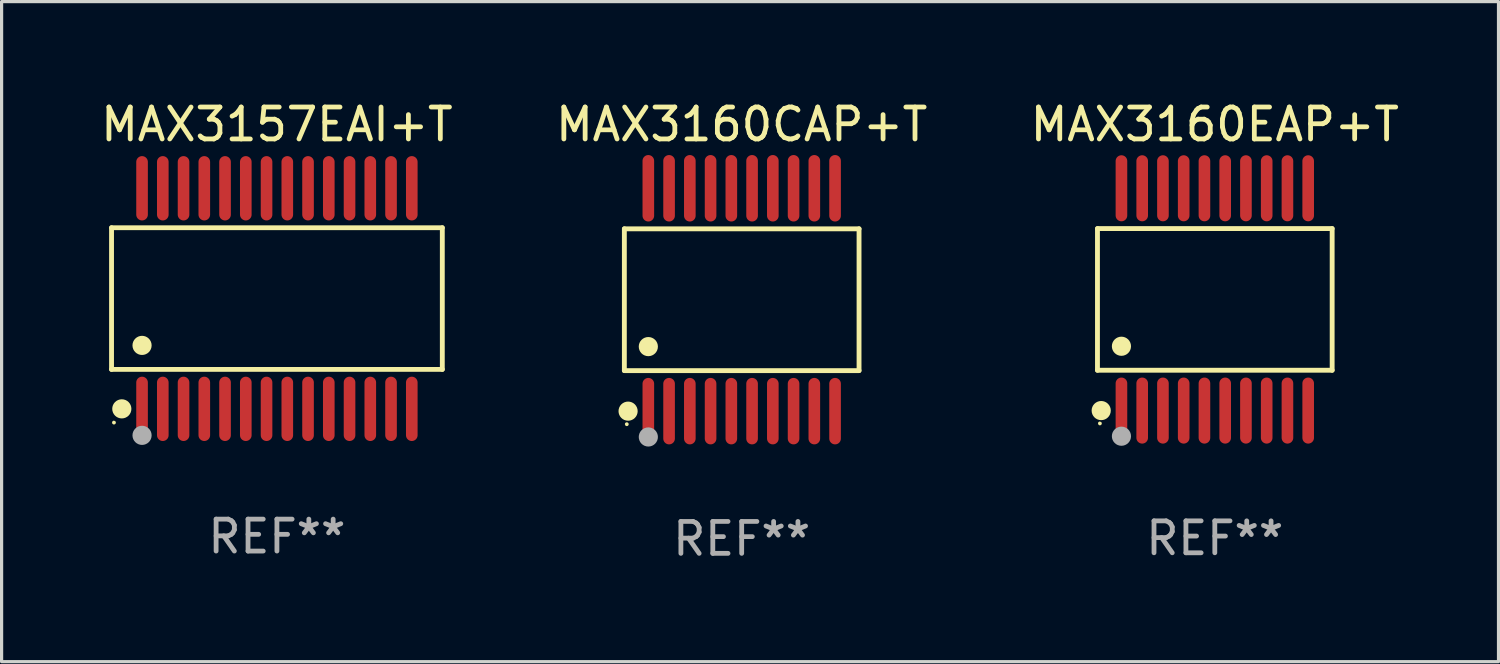
<source format=kicad_pcb>
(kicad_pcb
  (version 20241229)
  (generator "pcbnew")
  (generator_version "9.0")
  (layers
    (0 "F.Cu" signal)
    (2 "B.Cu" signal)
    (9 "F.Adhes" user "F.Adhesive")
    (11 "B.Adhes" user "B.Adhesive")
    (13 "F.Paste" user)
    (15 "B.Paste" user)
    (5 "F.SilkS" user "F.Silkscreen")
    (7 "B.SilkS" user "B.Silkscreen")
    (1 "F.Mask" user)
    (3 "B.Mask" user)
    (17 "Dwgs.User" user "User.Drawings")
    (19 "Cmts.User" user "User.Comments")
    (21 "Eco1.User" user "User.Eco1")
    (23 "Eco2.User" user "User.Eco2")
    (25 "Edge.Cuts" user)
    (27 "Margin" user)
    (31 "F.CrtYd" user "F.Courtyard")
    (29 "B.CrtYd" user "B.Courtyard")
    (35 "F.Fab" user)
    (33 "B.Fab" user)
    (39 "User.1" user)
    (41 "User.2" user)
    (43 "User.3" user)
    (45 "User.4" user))
  (footprint "MAX3160EAP+T"
    (layer "F.Cu")
    (at 35.006 6.33)
    (property "Reference" "MAX3160EAP+T" (at 0 -5.482 0) (layer "F.SilkS") (effects (font (size 1 1) (thickness 0.15))))
    (attr through_hole)
    (fp_line (start -3.676 -2.219) (end 3.676 -2.219) (stroke (width 0.152) (type solid)) (layer "F.SilkS"))
    (fp_line (start -3.676 2.219) (end -3.676 -2.219) (stroke (width 0.152) (type solid)) (layer "F.SilkS"))
    (fp_line (start 3.676 -2.219) (end 3.676 2.219) (stroke (width 0.152) (type solid)) (layer "F.SilkS"))
    (fp_line (start 3.676 2.219) (end -3.676 2.219) (stroke (width 0.152) (type solid)) (layer "F.SilkS"))
    (fp_circle (center -3.6 3.885) (end -3.57 3.885) (stroke (width 0.06) (type solid)) (fill no) (layer "F.SilkS"))
    (fp_circle (center -3.559 3.482) (end -3.409 3.482) (stroke (width 0.3) (type solid)) (fill no) (layer "F.SilkS"))
    (fp_circle (center -2.925 1.467) (end -2.775 1.467) (stroke (width 0.3) (type solid)) (fill no) (layer "F.SilkS"))
    (fp_circle (center -2.925 4.285) (end -2.775 4.285) (stroke (width 0.3) (type solid)) (fill no) (layer "F.Fab"))
    (fp_text user "REF**" (at 0 7.482 0) (layer "F.Fab") (effects (font (size 1 1) (thickness 0.15))))
    (pad "1" smd oval (at -2.925 3.482) (size 0.364 2.069) (layers "F.Cu" "F.Mask" "F.Paste"))
    (pad "2" smd oval (at -2.275 3.482) (size 0.364 2.069) (layers "F.Cu" "F.Mask" "F.Paste"))
    (pad "3" smd oval (at -1.625 3.482) (size 0.364 2.069) (layers "F.Cu" "F.Mask" "F.Paste"))
    (pad "4" smd oval (at -0.975 3.482) (size 0.364 2.069) (layers "F.Cu" "F.Mask" "F.Paste"))
    (pad "5" smd oval (at -0.325 3.482) (size 0.364 2.069) (layers "F.Cu" "F.Mask" "F.Paste"))
    (pad "6" smd oval (at 0.325 3.482) (size 0.364 2.069) (layers "F.Cu" "F.Mask" "F.Paste"))
    (pad "7" smd oval (at 0.975 3.482) (size 0.364 2.069) (layers "F.Cu" "F.Mask" "F.Paste"))
    (pad "8" smd oval (at 1.625 3.482) (size 0.364 2.069) (layers "F.Cu" "F.Mask" "F.Paste"))
    (pad "9" smd oval (at 2.275 3.482) (size 0.364 2.069) (layers "F.Cu" "F.Mask" "F.Paste"))
    (pad "10" smd oval (at 2.925 3.482) (size 0.364 2.069) (layers "F.Cu" "F.Mask" "F.Paste"))
    (pad "11" smd oval (at 2.925 -3.482) (size 0.364 2.069) (layers "F.Cu" "F.Mask" "F.Paste"))
    (pad "12" smd oval (at 2.275 -3.482) (size 0.364 2.069) (layers "F.Cu" "F.Mask" "F.Paste"))
    (pad "13" smd oval (at 1.625 -3.482) (size 0.364 2.069) (layers "F.Cu" "F.Mask" "F.Paste"))
    (pad "14" smd oval (at 0.975 -3.482) (size 0.364 2.069) (layers "F.Cu" "F.Mask" "F.Paste"))
    (pad "15" smd oval (at 0.325 -3.482) (size 0.364 2.069) (layers "F.Cu" "F.Mask" "F.Paste"))
    (pad "16" smd oval (at -0.325 -3.482) (size 0.364 2.069) (layers "F.Cu" "F.Mask" "F.Paste"))
    (pad "17" smd oval (at -0.975 -3.482) (size 0.364 2.069) (layers "F.Cu" "F.Mask" "F.Paste"))
    (pad "18" smd oval (at -1.625 -3.482) (size 0.364 2.069) (layers "F.Cu" "F.Mask" "F.Paste"))
    (pad "19" smd oval (at -2.275 -3.482) (size 0.364 2.069) (layers "F.Cu" "F.Mask" "F.Paste"))
    (pad "20" smd oval (at -2.925 -3.482) (size 0.364 2.069) (layers "F.Cu" "F.Mask" "F.Paste")))
  (footprint "MAX3157EAI+T"
    (layer "F.Cu")
    (at 5.625 6.303)
    (property "Reference" "MAX3157EAI+T" (at 0 -5.455 0) (layer "F.SilkS") (effects (font (size 1 1) (thickness 0.15))))
    (attr through_hole)
    (fp_line (start -5.181 -2.219) (end 5.181 -2.219) (stroke (width 0.152) (type solid)) (layer "F.SilkS"))
    (fp_line (start -5.181 2.219) (end -5.181 -2.219) (stroke (width 0.152) (type solid)) (layer "F.SilkS"))
    (fp_line (start 5.181 -2.219) (end 5.181 2.219) (stroke (width 0.152) (type solid)) (layer "F.SilkS"))
    (fp_line (start 5.181 2.219) (end -5.181 2.219) (stroke (width 0.152) (type solid)) (layer "F.SilkS"))
    (fp_circle (center -5.105 3.885) (end -5.075 3.885) (stroke (width 0.06) (type solid)) (fill no) (layer "F.SilkS"))
    (fp_circle (center -4.859 3.455) (end -4.709 3.455) (stroke (width 0.3) (type solid)) (fill no) (layer "F.SilkS"))
    (fp_circle (center -4.225 1.467) (end -4.075 1.467) (stroke (width 0.3) (type solid)) (fill no) (layer "F.SilkS"))
    (fp_circle (center -4.225 4.285) (end -4.075 4.285) (stroke (width 0.3) (type solid)) (fill no) (layer "F.Fab"))
    (fp_text user "REF**" (at 0 7.455 0) (layer "F.Fab") (effects (font (size 1 1) (thickness 0.15))))
    (pad "1" smd oval (at -4.225 3.455) (size 0.364 2.015) (layers "F.Cu" "F.Mask" "F.Paste"))
    (pad "2" smd oval (at -3.575 3.455) (size 0.364 2.015) (layers "F.Cu" "F.Mask" "F.Paste"))
    (pad "3" smd oval (at -2.925 3.455) (size 0.364 2.015) (layers "F.Cu" "F.Mask" "F.Paste"))
    (pad "4" smd oval (at -2.275 3.455) (size 0.364 2.015) (layers "F.Cu" "F.Mask" "F.Paste"))
    (pad "5" smd oval (at -1.625 3.455) (size 0.364 2.015) (layers "F.Cu" "F.Mask" "F.Paste"))
    (pad "6" smd oval (at -0.975 3.455) (size 0.364 2.015) (layers "F.Cu" "F.Mask" "F.Paste"))
    (pad "7" smd oval (at -0.325 3.455) (size 0.364 2.015) (layers "F.Cu" "F.Mask" "F.Paste"))
    (pad "8" smd oval (at 0.325 3.455) (size 0.364 2.015) (layers "F.Cu" "F.Mask" "F.Paste"))
    (pad "9" smd oval (at 0.975 3.455) (size 0.364 2.015) (layers "F.Cu" "F.Mask" "F.Paste"))
    (pad "10" smd oval (at 1.625 3.455) (size 0.364 2.015) (layers "F.Cu" "F.Mask" "F.Paste"))
    (pad "11" smd oval (at 2.275 3.455) (size 0.364 2.015) (layers "F.Cu" "F.Mask" "F.Paste"))
    (pad "12" smd oval (at 2.925 3.455) (size 0.364 2.015) (layers "F.Cu" "F.Mask" "F.Paste"))
    (pad "13" smd oval (at 3.575 3.455) (size 0.364 2.015) (layers "F.Cu" "F.Mask" "F.Paste"))
    (pad "14" smd oval (at 4.225 3.455) (size 0.364 2.015) (layers "F.Cu" "F.Mask" "F.Paste"))
    (pad "15" smd oval (at 4.225 -3.455) (size 0.364 2.015) (layers "F.Cu" "F.Mask" "F.Paste"))
    (pad "16" smd oval (at 3.575 -3.455) (size 0.364 2.015) (layers "F.Cu" "F.Mask" "F.Paste"))
    (pad "17" smd oval (at 2.925 -3.455) (size 0.364 2.015) (layers "F.Cu" "F.Mask" "F.Paste"))
    (pad "18" smd oval (at 2.275 -3.455) (size 0.364 2.015) (layers "F.Cu" "F.Mask" "F.Paste"))
    (pad "19" smd oval (at 1.625 -3.455) (size 0.364 2.015) (layers "F.Cu" "F.Mask" "F.Paste"))
    (pad "20" smd oval (at 0.975 -3.455) (size 0.364 2.015) (layers "F.Cu" "F.Mask" "F.Paste"))
    (pad "21" smd oval (at 0.325 -3.455) (size 0.364 2.015) (layers "F.Cu" "F.Mask" "F.Paste"))
    (pad "22" smd oval (at -0.325 -3.455) (size 0.364 2.015) (layers "F.Cu" "F.Mask" "F.Paste"))
    (pad "23" smd oval (at -0.975 -3.455) (size 0.364 2.015) (layers "F.Cu" "F.Mask" "F.Paste"))
    (pad "24" smd oval (at -1.625 -3.455) (size 0.364 2.015) (layers "F.Cu" "F.Mask" "F.Paste"))
    (pad "25" smd oval (at -2.275 -3.455) (size 0.364 2.015) (layers "F.Cu" "F.Mask" "F.Paste"))
    (pad "26" smd oval (at -2.925 -3.455) (size 0.364 2.015) (layers "F.Cu" "F.Mask" "F.Paste"))
    (pad "27" smd oval (at -3.575 -3.455) (size 0.364 2.015) (layers "F.Cu" "F.Mask" "F.Paste"))
    (pad "28" smd oval (at -4.225 -3.455) (size 0.364 2.015) (layers "F.Cu" "F.Mask" "F.Paste")))
  (footprint "MAX3160CAP+T"
    (layer "F.Cu")
    (at 20.185 6.339)
    (property "Reference" "MAX3160CAP+T" (at 0 -5.491 0) (layer "F.SilkS") (effects (font (size 1 1) (thickness 0.15))))
    (attr through_hole)
    (fp_line (start -3.676 -2.221) (end 3.676 -2.221) (stroke (width 0.152) (type solid)) (layer "F.SilkS"))
    (fp_line (start -3.676 2.221) (end -3.676 -2.221) (stroke (width 0.152) (type solid)) (layer "F.SilkS"))
    (fp_line (start 3.676 -2.221) (end 3.676 2.221) (stroke (width 0.152) (type solid)) (layer "F.SilkS"))
    (fp_line (start 3.676 2.221) (end -3.676 2.221) (stroke (width 0.152) (type solid)) (layer "F.SilkS"))
    (fp_circle (center -3.6 3.9) (end -3.57 3.9) (stroke (width 0.06) (type solid)) (fill no) (layer "F.SilkS"))
    (fp_circle (center -3.559 3.491) (end -3.409 3.491) (stroke (width 0.3) (type solid)) (fill no) (layer "F.SilkS"))
    (fp_circle (center -2.925 1.469) (end -2.775 1.469) (stroke (width 0.3) (type solid)) (fill no) (layer "F.SilkS"))
    (fp_circle (center -2.925 4.3) (end -2.775 4.3) (stroke (width 0.3) (type solid)) (fill no) (layer "F.Fab"))
    (fp_text user "REF**" (at 0 7.491 0) (layer "F.Fab") (effects (font (size 1 1) (thickness 0.15))))
    (pad "1" smd oval (at -2.925 3.491) (size 0.364 2.082) (layers "F.Cu" "F.Mask" "F.Paste"))
    (pad "2" smd oval (at -2.275 3.491) (size 0.364 2.082) (layers "F.Cu" "F.Mask" "F.Paste"))
    (pad "3" smd oval (at -1.625 3.491) (size 0.364 2.082) (layers "F.Cu" "F.Mask" "F.Paste"))
    (pad "4" smd oval (at -0.975 3.491) (size 0.364 2.082) (layers "F.Cu" "F.Mask" "F.Paste"))
    (pad "5" smd oval (at -0.325 3.491) (size 0.364 2.082) (layers "F.Cu" "F.Mask" "F.Paste"))
    (pad "6" smd oval (at 0.325 3.491) (size 0.364 2.082) (layers "F.Cu" "F.Mask" "F.Paste"))
    (pad "7" smd oval (at 0.975 3.491) (size 0.364 2.082) (layers "F.Cu" "F.Mask" "F.Paste"))
    (pad "8" smd oval (at 1.625 3.491) (size 0.364 2.082) (layers "F.Cu" "F.Mask" "F.Paste"))
    (pad "9" smd oval (at 2.275 3.491) (size 0.364 2.082) (layers "F.Cu" "F.Mask" "F.Paste"))
    (pad "10" smd oval (at 2.925 3.491) (size 0.364 2.082) (layers "F.Cu" "F.Mask" "F.Paste"))
    (pad "11" smd oval (at 2.925 -3.491) (size 0.364 2.082) (layers "F.Cu" "F.Mask" "F.Paste"))
    (pad "12" smd oval (at 2.275 -3.491) (size 0.364 2.082) (layers "F.Cu" "F.Mask" "F.Paste"))
    (pad "13" smd oval (at 1.625 -3.491) (size 0.364 2.082) (layers "F.Cu" "F.Mask" "F.Paste"))
    (pad "14" smd oval (at 0.975 -3.491) (size 0.364 2.082) (layers "F.Cu" "F.Mask" "F.Paste"))
    (pad "15" smd oval (at 0.325 -3.491) (size 0.364 2.082) (layers "F.Cu" "F.Mask" "F.Paste"))
    (pad "16" smd oval (at -0.325 -3.491) (size 0.364 2.082) (layers "F.Cu" "F.Mask" "F.Paste"))
    (pad "17" smd oval (at -0.975 -3.491) (size 0.364 2.082) (layers "F.Cu" "F.Mask" "F.Paste"))
    (pad "18" smd oval (at -1.625 -3.491) (size 0.364 2.082) (layers "F.Cu" "F.Mask" "F.Paste"))
    (pad "19" smd oval (at -2.275 -3.491) (size 0.364 2.082) (layers "F.Cu" "F.Mask" "F.Paste"))
    (pad "20" smd oval (at -2.925 -3.491) (size 0.364 2.082) (layers "F.Cu" "F.Mask" "F.Paste")))
  (gr_rect
    (start -3 -3)
    (end 43.893 17.678)
    (stroke (width 0.1) (type default))
    (fill no)
    (layer "Edge.Cuts")))
</source>
